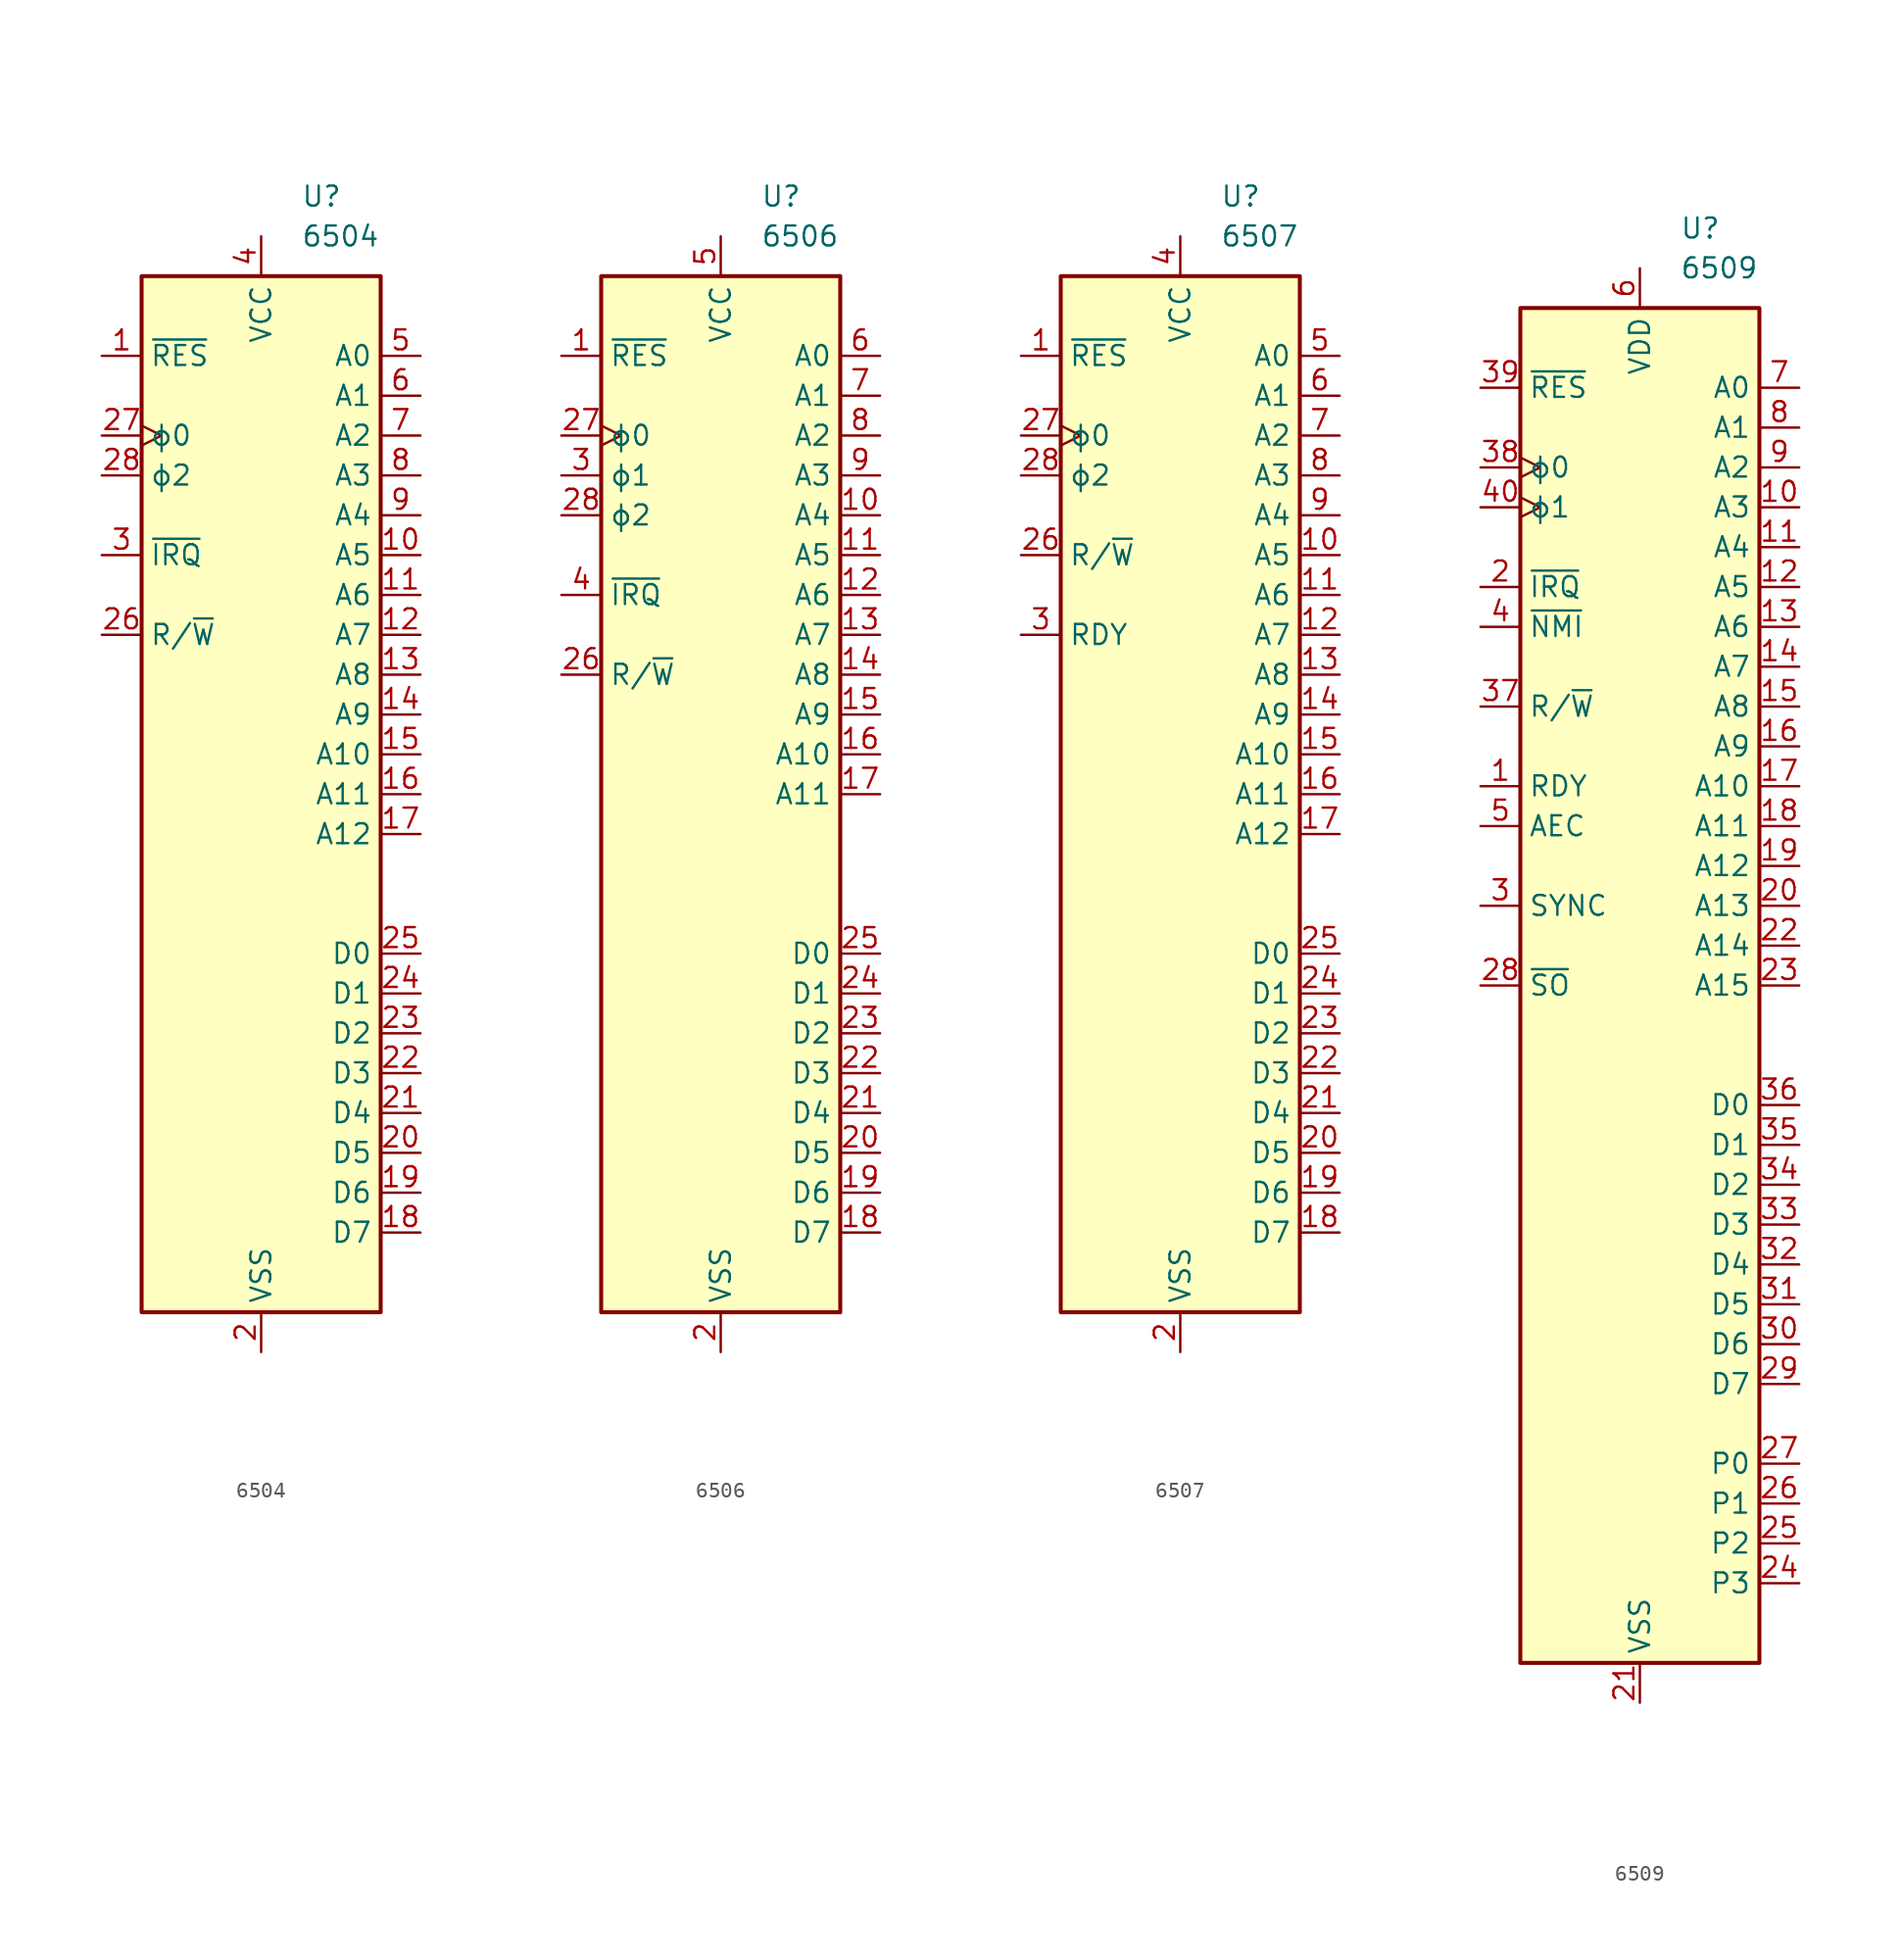
<source format=kicad_sym>
(kicad_symbol_lib
  (version 20220914)
  (generator kicad_symbol_editor)
  (symbol "6504"
    (property "Reference" "U"
      (at 2.54 38.1 0)
      (effects (font (size 1.27 1.27)) (justify left)))
    (property "Value" "6504"
      (at 2.54 35.56 0)
      (effects (font (size 1.27 1.27)) (justify left)))
    (symbol "6504_0_1"
      (rectangle (start -7.62 33.02) (end 7.62 -33.02) (stroke (width 0.254) (type default)) (fill (type background))))
    (symbol "6504_1_1"
      (pin input line (at -10.16 27.94 0) (length 2.54) (name "~{RES}" (effects (font (size 1.27 1.27)))) (number "1" (effects (font (size 1.27 1.27)))))
      (pin output line (at 10.16 15.24 180) (length 2.54) (name "A5" (effects (font (size 1.27 1.27)))) (number "10" (effects (font (size 1.27 1.27)))))
      (pin output line (at 10.16 12.7 180) (length 2.54) (name "A6" (effects (font (size 1.27 1.27)))) (number "11" (effects (font (size 1.27 1.27)))))
      (pin output line (at 10.16 10.16 180) (length 2.54) (name "A7" (effects (font (size 1.27 1.27)))) (number "12" (effects (font (size 1.27 1.27)))))
      (pin output line (at 10.16 7.62 180) (length 2.54) (name "A8" (effects (font (size 1.27 1.27)))) (number "13" (effects (font (size 1.27 1.27)))))
      (pin output line (at 10.16 5.08 180) (length 2.54) (name "A9" (effects (font (size 1.27 1.27)))) (number "14" (effects (font (size 1.27 1.27)))))
      (pin output line (at 10.16 2.54 180) (length 2.54) (name "A10" (effects (font (size 1.27 1.27)))) (number "15" (effects (font (size 1.27 1.27)))))
      (pin output line (at 10.16 0 180) (length 2.54) (name "A11" (effects (font (size 1.27 1.27)))) (number "16" (effects (font (size 1.27 1.27)))))
      (pin output line (at 10.16 -2.54 180) (length 2.54) (name "A12" (effects (font (size 1.27 1.27)))) (number "17" (effects (font (size 1.27 1.27)))))
      (pin bidirectional line (at 10.16 -27.94 180) (length 2.54) (name "D7" (effects (font (size 1.27 1.27)))) (number "18" (effects (font (size 1.27 1.27)))))
      (pin bidirectional line (at 10.16 -25.4 180) (length 2.54) (name "D6" (effects (font (size 1.27 1.27)))) (number "19" (effects (font (size 1.27 1.27)))))
      (pin power_in line (at 0 -35.56 90) (length 2.54) (name "VSS" (effects (font (size 1.27 1.27)))) (number "2" (effects (font (size 1.27 1.27)))))
      (pin bidirectional line (at 10.16 -22.86 180) (length 2.54) (name "D5" (effects (font (size 1.27 1.27)))) (number "20" (effects (font (size 1.27 1.27)))))
      (pin bidirectional line (at 10.16 -20.32 180) (length 2.54) (name "D4" (effects (font (size 1.27 1.27)))) (number "21" (effects (font (size 1.27 1.27)))))
      (pin bidirectional line (at 10.16 -17.78 180) (length 2.54) (name "D3" (effects (font (size 1.27 1.27)))) (number "22" (effects (font (size 1.27 1.27)))))
      (pin bidirectional line (at 10.16 -15.24 180) (length 2.54) (name "D2" (effects (font (size 1.27 1.27)))) (number "23" (effects (font (size 1.27 1.27)))))
      (pin bidirectional line (at 10.16 -12.7 180) (length 2.54) (name "D1" (effects (font (size 1.27 1.27)))) (number "24" (effects (font (size 1.27 1.27)))))
      (pin bidirectional line (at 10.16 -10.16 180) (length 2.54) (name "D0" (effects (font (size 1.27 1.27)))) (number "25" (effects (font (size 1.27 1.27)))))
      (pin output line (at -10.16 10.16 0) (length 2.54) (name "R/~{W}" (effects (font (size 1.27 1.27)))) (number "26" (effects (font (size 1.27 1.27)))))
      (pin input clock (at -10.16 22.86 0) (length 2.54) (name "ϕ0" (effects (font (size 1.27 1.27)))) (number "27" (effects (font (size 1.27 1.27)))))
      (pin output line (at -10.16 20.32 0) (length 2.54) (name "ϕ2" (effects (font (size 1.27 1.27)))) (number "28" (effects (font (size 1.27 1.27)))))
      (pin input line (at -10.16 15.24 0) (length 2.54) (name "~{IRQ}" (effects (font (size 1.27 1.27)))) (number "3" (effects (font (size 1.27 1.27)))))
      (pin power_in line (at 0 35.56 270) (length 2.54) (name "VCC" (effects (font (size 1.27 1.27)))) (number "4" (effects (font (size 1.27 1.27)))))
      (pin output line (at 10.16 27.94 180) (length 2.54) (name "A0" (effects (font (size 1.27 1.27)))) (number "5" (effects (font (size 1.27 1.27)))))
      (pin output line (at 10.16 25.4 180) (length 2.54) (name "A1" (effects (font (size 1.27 1.27)))) (number "6" (effects (font (size 1.27 1.27)))))
      (pin output line (at 10.16 22.86 180) (length 2.54) (name "A2" (effects (font (size 1.27 1.27)))) (number "7" (effects (font (size 1.27 1.27)))))
      (pin output line (at 10.16 20.32 180) (length 2.54) (name "A3" (effects (font (size 1.27 1.27)))) (number "8" (effects (font (size 1.27 1.27)))))
      (pin output line (at 10.16 17.78 180) (length 2.54) (name "A4" (effects (font (size 1.27 1.27)))) (number "9" (effects (font (size 1.27 1.27)))))))
  (symbol "6506"
    (property "Reference" "U"
      (at 2.54 38.1 0)
      (effects (font (size 1.27 1.27)) (justify left)))
    (property "Value" "6506"
      (at 2.54 35.56 0)
      (effects (font (size 1.27 1.27)) (justify left)))
    (symbol "6506_0_1"
      (rectangle (start -7.62 33.02) (end 7.62 -33.02) (stroke (width 0.254) (type default)) (fill (type background))))
    (symbol "6506_1_1"
      (pin input line (at -10.16 27.94 0) (length 2.54) (name "~{RES}" (effects (font (size 1.27 1.27)))) (number "1" (effects (font (size 1.27 1.27)))))
      (pin output line (at 10.16 17.78 180) (length 2.54) (name "A4" (effects (font (size 1.27 1.27)))) (number "10" (effects (font (size 1.27 1.27)))))
      (pin output line (at 10.16 15.24 180) (length 2.54) (name "A5" (effects (font (size 1.27 1.27)))) (number "11" (effects (font (size 1.27 1.27)))))
      (pin output line (at 10.16 12.7 180) (length 2.54) (name "A6" (effects (font (size 1.27 1.27)))) (number "12" (effects (font (size 1.27 1.27)))))
      (pin output line (at 10.16 10.16 180) (length 2.54) (name "A7" (effects (font (size 1.27 1.27)))) (number "13" (effects (font (size 1.27 1.27)))))
      (pin output line (at 10.16 7.62 180) (length 2.54) (name "A8" (effects (font (size 1.27 1.27)))) (number "14" (effects (font (size 1.27 1.27)))))
      (pin output line (at 10.16 5.08 180) (length 2.54) (name "A9" (effects (font (size 1.27 1.27)))) (number "15" (effects (font (size 1.27 1.27)))))
      (pin output line (at 10.16 2.54 180) (length 2.54) (name "A10" (effects (font (size 1.27 1.27)))) (number "16" (effects (font (size 1.27 1.27)))))
      (pin output line (at 10.16 0 180) (length 2.54) (name "A11" (effects (font (size 1.27 1.27)))) (number "17" (effects (font (size 1.27 1.27)))))
      (pin bidirectional line (at 10.16 -27.94 180) (length 2.54) (name "D7" (effects (font (size 1.27 1.27)))) (number "18" (effects (font (size 1.27 1.27)))))
      (pin bidirectional line (at 10.16 -25.4 180) (length 2.54) (name "D6" (effects (font (size 1.27 1.27)))) (number "19" (effects (font (size 1.27 1.27)))))
      (pin power_in line (at 0 -35.56 90) (length 2.54) (name "VSS" (effects (font (size 1.27 1.27)))) (number "2" (effects (font (size 1.27 1.27)))))
      (pin bidirectional line (at 10.16 -22.86 180) (length 2.54) (name "D5" (effects (font (size 1.27 1.27)))) (number "20" (effects (font (size 1.27 1.27)))))
      (pin bidirectional line (at 10.16 -20.32 180) (length 2.54) (name "D4" (effects (font (size 1.27 1.27)))) (number "21" (effects (font (size 1.27 1.27)))))
      (pin bidirectional line (at 10.16 -17.78 180) (length 2.54) (name "D3" (effects (font (size 1.27 1.27)))) (number "22" (effects (font (size 1.27 1.27)))))
      (pin bidirectional line (at 10.16 -15.24 180) (length 2.54) (name "D2" (effects (font (size 1.27 1.27)))) (number "23" (effects (font (size 1.27 1.27)))))
      (pin bidirectional line (at 10.16 -12.7 180) (length 2.54) (name "D1" (effects (font (size 1.27 1.27)))) (number "24" (effects (font (size 1.27 1.27)))))
      (pin bidirectional line (at 10.16 -10.16 180) (length 2.54) (name "D0" (effects (font (size 1.27 1.27)))) (number "25" (effects (font (size 1.27 1.27)))))
      (pin output line (at -10.16 7.62 0) (length 2.54) (name "R/~{W}" (effects (font (size 1.27 1.27)))) (number "26" (effects (font (size 1.27 1.27)))))
      (pin input clock (at -10.16 22.86 0) (length 2.54) (name "ϕ0" (effects (font (size 1.27 1.27)))) (number "27" (effects (font (size 1.27 1.27)))))
      (pin output line (at -10.16 17.78 0) (length 2.54) (name "ϕ2" (effects (font (size 1.27 1.27)))) (number "28" (effects (font (size 1.27 1.27)))))
      (pin output line (at -10.16 20.32 0) (length 2.54) (name "ϕ1" (effects (font (size 1.27 1.27)))) (number "3" (effects (font (size 1.27 1.27)))))
      (pin input line (at -10.16 12.7 0) (length 2.54) (name "~{IRQ}" (effects (font (size 1.27 1.27)))) (number "4" (effects (font (size 1.27 1.27)))))
      (pin power_in line (at 0 35.56 270) (length 2.54) (name "VCC" (effects (font (size 1.27 1.27)))) (number "5" (effects (font (size 1.27 1.27)))))
      (pin output line (at 10.16 27.94 180) (length 2.54) (name "A0" (effects (font (size 1.27 1.27)))) (number "6" (effects (font (size 1.27 1.27)))))
      (pin output line (at 10.16 25.4 180) (length 2.54) (name "A1" (effects (font (size 1.27 1.27)))) (number "7" (effects (font (size 1.27 1.27)))))
      (pin output line (at 10.16 22.86 180) (length 2.54) (name "A2" (effects (font (size 1.27 1.27)))) (number "8" (effects (font (size 1.27 1.27)))))
      (pin output line (at 10.16 20.32 180) (length 2.54) (name "A3" (effects (font (size 1.27 1.27)))) (number "9" (effects (font (size 1.27 1.27)))))))
  (symbol "6507"
    (property "Reference" "U"
      (at 2.54 38.1 0)
      (effects (font (size 1.27 1.27)) (justify left)))
    (property "Value" "6507"
      (at 2.54 35.56 0)
      (effects (font (size 1.27 1.27)) (justify left)))
    (symbol "6507_0_1"
      (rectangle (start -7.62 33.02) (end 7.62 -33.02) (stroke (width 0.254) (type default)) (fill (type background))))
    (symbol "6507_1_1"
      (pin input line (at -10.16 27.94 0) (length 2.54) (name "~{RES}" (effects (font (size 1.27 1.27)))) (number "1" (effects (font (size 1.27 1.27)))))
      (pin output line (at 10.16 15.24 180) (length 2.54) (name "A5" (effects (font (size 1.27 1.27)))) (number "10" (effects (font (size 1.27 1.27)))))
      (pin output line (at 10.16 12.7 180) (length 2.54) (name "A6" (effects (font (size 1.27 1.27)))) (number "11" (effects (font (size 1.27 1.27)))))
      (pin output line (at 10.16 10.16 180) (length 2.54) (name "A7" (effects (font (size 1.27 1.27)))) (number "12" (effects (font (size 1.27 1.27)))))
      (pin output line (at 10.16 7.62 180) (length 2.54) (name "A8" (effects (font (size 1.27 1.27)))) (number "13" (effects (font (size 1.27 1.27)))))
      (pin output line (at 10.16 5.08 180) (length 2.54) (name "A9" (effects (font (size 1.27 1.27)))) (number "14" (effects (font (size 1.27 1.27)))))
      (pin output line (at 10.16 2.54 180) (length 2.54) (name "A10" (effects (font (size 1.27 1.27)))) (number "15" (effects (font (size 1.27 1.27)))))
      (pin output line (at 10.16 0 180) (length 2.54) (name "A11" (effects (font (size 1.27 1.27)))) (number "16" (effects (font (size 1.27 1.27)))))
      (pin output line (at 10.16 -2.54 180) (length 2.54) (name "A12" (effects (font (size 1.27 1.27)))) (number "17" (effects (font (size 1.27 1.27)))))
      (pin bidirectional line (at 10.16 -27.94 180) (length 2.54) (name "D7" (effects (font (size 1.27 1.27)))) (number "18" (effects (font (size 1.27 1.27)))))
      (pin bidirectional line (at 10.16 -25.4 180) (length 2.54) (name "D6" (effects (font (size 1.27 1.27)))) (number "19" (effects (font (size 1.27 1.27)))))
      (pin power_in line (at 0 -35.56 90) (length 2.54) (name "VSS" (effects (font (size 1.27 1.27)))) (number "2" (effects (font (size 1.27 1.27)))))
      (pin bidirectional line (at 10.16 -22.86 180) (length 2.54) (name "D5" (effects (font (size 1.27 1.27)))) (number "20" (effects (font (size 1.27 1.27)))))
      (pin bidirectional line (at 10.16 -20.32 180) (length 2.54) (name "D4" (effects (font (size 1.27 1.27)))) (number "21" (effects (font (size 1.27 1.27)))))
      (pin bidirectional line (at 10.16 -17.78 180) (length 2.54) (name "D3" (effects (font (size 1.27 1.27)))) (number "22" (effects (font (size 1.27 1.27)))))
      (pin bidirectional line (at 10.16 -15.24 180) (length 2.54) (name "D2" (effects (font (size 1.27 1.27)))) (number "23" (effects (font (size 1.27 1.27)))))
      (pin bidirectional line (at 10.16 -12.7 180) (length 2.54) (name "D1" (effects (font (size 1.27 1.27)))) (number "24" (effects (font (size 1.27 1.27)))))
      (pin bidirectional line (at 10.16 -10.16 180) (length 2.54) (name "D0" (effects (font (size 1.27 1.27)))) (number "25" (effects (font (size 1.27 1.27)))))
      (pin output line (at -10.16 15.24 0) (length 2.54) (name "R/~{W}" (effects (font (size 1.27 1.27)))) (number "26" (effects (font (size 1.27 1.27)))))
      (pin input clock (at -10.16 22.86 0) (length 2.54) (name "ϕ0" (effects (font (size 1.27 1.27)))) (number "27" (effects (font (size 1.27 1.27)))))
      (pin output line (at -10.16 20.32 0) (length 2.54) (name "ϕ2" (effects (font (size 1.27 1.27)))) (number "28" (effects (font (size 1.27 1.27)))))
      (pin input line (at -10.16 10.16 0) (length 2.54) (name "RDY" (effects (font (size 1.27 1.27)))) (number "3" (effects (font (size 1.27 1.27)))))
      (pin power_in line (at 0 35.56 270) (length 2.54) (name "VCC" (effects (font (size 1.27 1.27)))) (number "4" (effects (font (size 1.27 1.27)))))
      (pin output line (at 10.16 27.94 180) (length 2.54) (name "A0" (effects (font (size 1.27 1.27)))) (number "5" (effects (font (size 1.27 1.27)))))
      (pin output line (at 10.16 25.4 180) (length 2.54) (name "A1" (effects (font (size 1.27 1.27)))) (number "6" (effects (font (size 1.27 1.27)))))
      (pin output line (at 10.16 22.86 180) (length 2.54) (name "A2" (effects (font (size 1.27 1.27)))) (number "7" (effects (font (size 1.27 1.27)))))
      (pin output line (at 10.16 20.32 180) (length 2.54) (name "A3" (effects (font (size 1.27 1.27)))) (number "8" (effects (font (size 1.27 1.27)))))
      (pin output line (at 10.16 17.78 180) (length 2.54) (name "A4" (effects (font (size 1.27 1.27)))) (number "9" (effects (font (size 1.27 1.27)))))))
  (symbol "6509"
    (property "Reference" "U"
      (at 2.54 48.26 0)
      (effects (font (size 1.27 1.27)) (justify left)))
    (property "Value" "6509"
      (at 2.54 45.72 0)
      (effects (font (size 1.27 1.27)) (justify left)))
    (symbol "6509_0_1"
      (rectangle (start -7.62 43.18) (end 7.62 -43.18) (stroke (width 0.254) (type default)) (fill (type background))))
    (symbol "6509_1_1"
      (pin input line (at -10.16 12.7 0) (length 2.54) (name "RDY" (effects (font (size 1.27 1.27)))) (number "1" (effects (font (size 1.27 1.27)))))
      (pin tri_state line (at 10.16 30.48 180) (length 2.54) (name "A3" (effects (font (size 1.27 1.27)))) (number "10" (effects (font (size 1.27 1.27)))))
      (pin tri_state line (at 10.16 27.94 180) (length 2.54) (name "A4" (effects (font (size 1.27 1.27)))) (number "11" (effects (font (size 1.27 1.27)))))
      (pin tri_state line (at 10.16 25.4 180) (length 2.54) (name "A5" (effects (font (size 1.27 1.27)))) (number "12" (effects (font (size 1.27 1.27)))))
      (pin tri_state line (at 10.16 22.86 180) (length 2.54) (name "A6" (effects (font (size 1.27 1.27)))) (number "13" (effects (font (size 1.27 1.27)))))
      (pin tri_state line (at 10.16 20.32 180) (length 2.54) (name "A7" (effects (font (size 1.27 1.27)))) (number "14" (effects (font (size 1.27 1.27)))))
      (pin tri_state line (at 10.16 17.78 180) (length 2.54) (name "A8" (effects (font (size 1.27 1.27)))) (number "15" (effects (font (size 1.27 1.27)))))
      (pin tri_state line (at 10.16 15.24 180) (length 2.54) (name "A9" (effects (font (size 1.27 1.27)))) (number "16" (effects (font (size 1.27 1.27)))))
      (pin tri_state line (at 10.16 12.7 180) (length 2.54) (name "A10" (effects (font (size 1.27 1.27)))) (number "17" (effects (font (size 1.27 1.27)))))
      (pin tri_state line (at 10.16 10.16 180) (length 2.54) (name "A11" (effects (font (size 1.27 1.27)))) (number "18" (effects (font (size 1.27 1.27)))))
      (pin tri_state line (at 10.16 7.62 180) (length 2.54) (name "A12" (effects (font (size 1.27 1.27)))) (number "19" (effects (font (size 1.27 1.27)))))
      (pin input line (at -10.16 25.4 0) (length 2.54) (name "~{IRQ}" (effects (font (size 1.27 1.27)))) (number "2" (effects (font (size 1.27 1.27)))))
      (pin tri_state line (at 10.16 5.08 180) (length 2.54) (name "A13" (effects (font (size 1.27 1.27)))) (number "20" (effects (font (size 1.27 1.27)))))
      (pin power_in line (at 0 -45.72 90) (length 2.54) (name "VSS" (effects (font (size 1.27 1.27)))) (number "21" (effects (font (size 1.27 1.27)))))
      (pin tri_state line (at 10.16 2.54 180) (length 2.54) (name "A14" (effects (font (size 1.27 1.27)))) (number "22" (effects (font (size 1.27 1.27)))))
      (pin tri_state line (at 10.16 0 180) (length 2.54) (name "A15" (effects (font (size 1.27 1.27)))) (number "23" (effects (font (size 1.27 1.27)))))
      (pin output line (at 10.16 -38.1 180) (length 2.54) (name "P3" (effects (font (size 1.27 1.27)))) (number "24" (effects (font (size 1.27 1.27)))))
      (pin output line (at 10.16 -35.56 180) (length 2.54) (name "P2" (effects (font (size 1.27 1.27)))) (number "25" (effects (font (size 1.27 1.27)))))
      (pin output line (at 10.16 -33.02 180) (length 2.54) (name "P1" (effects (font (size 1.27 1.27)))) (number "26" (effects (font (size 1.27 1.27)))))
      (pin output line (at 10.16 -30.48 180) (length 2.54) (name "P0" (effects (font (size 1.27 1.27)))) (number "27" (effects (font (size 1.27 1.27)))))
      (pin input line (at -10.16 0 0) (length 2.54) (name "~{SO}" (effects (font (size 1.27 1.27)))) (number "28" (effects (font (size 1.27 1.27)))))
      (pin bidirectional line (at 10.16 -25.4 180) (length 2.54) (name "D7" (effects (font (size 1.27 1.27)))) (number "29" (effects (font (size 1.27 1.27)))))
      (pin output line (at -10.16 5.08 0) (length 2.54) (name "SYNC" (effects (font (size 1.27 1.27)))) (number "3" (effects (font (size 1.27 1.27)))))
      (pin bidirectional line (at 10.16 -22.86 180) (length 2.54) (name "D6" (effects (font (size 1.27 1.27)))) (number "30" (effects (font (size 1.27 1.27)))))
      (pin bidirectional line (at 10.16 -20.32 180) (length 2.54) (name "D5" (effects (font (size 1.27 1.27)))) (number "31" (effects (font (size 1.27 1.27)))))
      (pin bidirectional line (at 10.16 -17.78 180) (length 2.54) (name "D4" (effects (font (size 1.27 1.27)))) (number "32" (effects (font (size 1.27 1.27)))))
      (pin bidirectional line (at 10.16 -15.24 180) (length 2.54) (name "D3" (effects (font (size 1.27 1.27)))) (number "33" (effects (font (size 1.27 1.27)))))
      (pin bidirectional line (at 10.16 -12.7 180) (length 2.54) (name "D2" (effects (font (size 1.27 1.27)))) (number "34" (effects (font (size 1.27 1.27)))))
      (pin bidirectional line (at 10.16 -10.16 180) (length 2.54) (name "D1" (effects (font (size 1.27 1.27)))) (number "35" (effects (font (size 1.27 1.27)))))
      (pin bidirectional line (at 10.16 -7.62 180) (length 2.54) (name "D0" (effects (font (size 1.27 1.27)))) (number "36" (effects (font (size 1.27 1.27)))))
      (pin tri_state line (at -10.16 17.78 0) (length 2.54) (name "R/~{W}" (effects (font (size 1.27 1.27)))) (number "37" (effects (font (size 1.27 1.27)))))
      (pin input clock (at -10.16 33.02 0) (length 2.54) (name "ϕ0" (effects (font (size 1.27 1.27)))) (number "38" (effects (font (size 1.27 1.27)))))
      (pin input line (at -10.16 38.1 0) (length 2.54) (name "~{RES}" (effects (font (size 1.27 1.27)))) (number "39" (effects (font (size 1.27 1.27)))))
      (pin input line (at -10.16 22.86 0) (length 2.54) (name "~{NMI}" (effects (font (size 1.27 1.27)))) (number "4" (effects (font (size 1.27 1.27)))))
      (pin input clock (at -10.16 30.48 0) (length 2.54) (name "ϕ1" (effects (font (size 1.27 1.27)))) (number "40" (effects (font (size 1.27 1.27)))))
      (pin input line (at -10.16 10.16 0) (length 2.54) (name "AEC" (effects (font (size 1.27 1.27)))) (number "5" (effects (font (size 1.27 1.27)))))
      (pin power_in line (at 0 45.72 270) (length 2.54) (name "VDD" (effects (font (size 1.27 1.27)))) (number "6" (effects (font (size 1.27 1.27)))))
      (pin tri_state line (at 10.16 38.1 180) (length 2.54) (name "A0" (effects (font (size 1.27 1.27)))) (number "7" (effects (font (size 1.27 1.27)))))
      (pin tri_state line (at 10.16 35.56 180) (length 2.54) (name "A1" (effects (font (size 1.27 1.27)))) (number "8" (effects (font (size 1.27 1.27)))))
      (pin tri_state line (at 10.16 33.02 180) (length 2.54) (name "A2" (effects (font (size 1.27 1.27)))) (number "9" (effects (font (size 1.27 1.27))))))))
</source>
